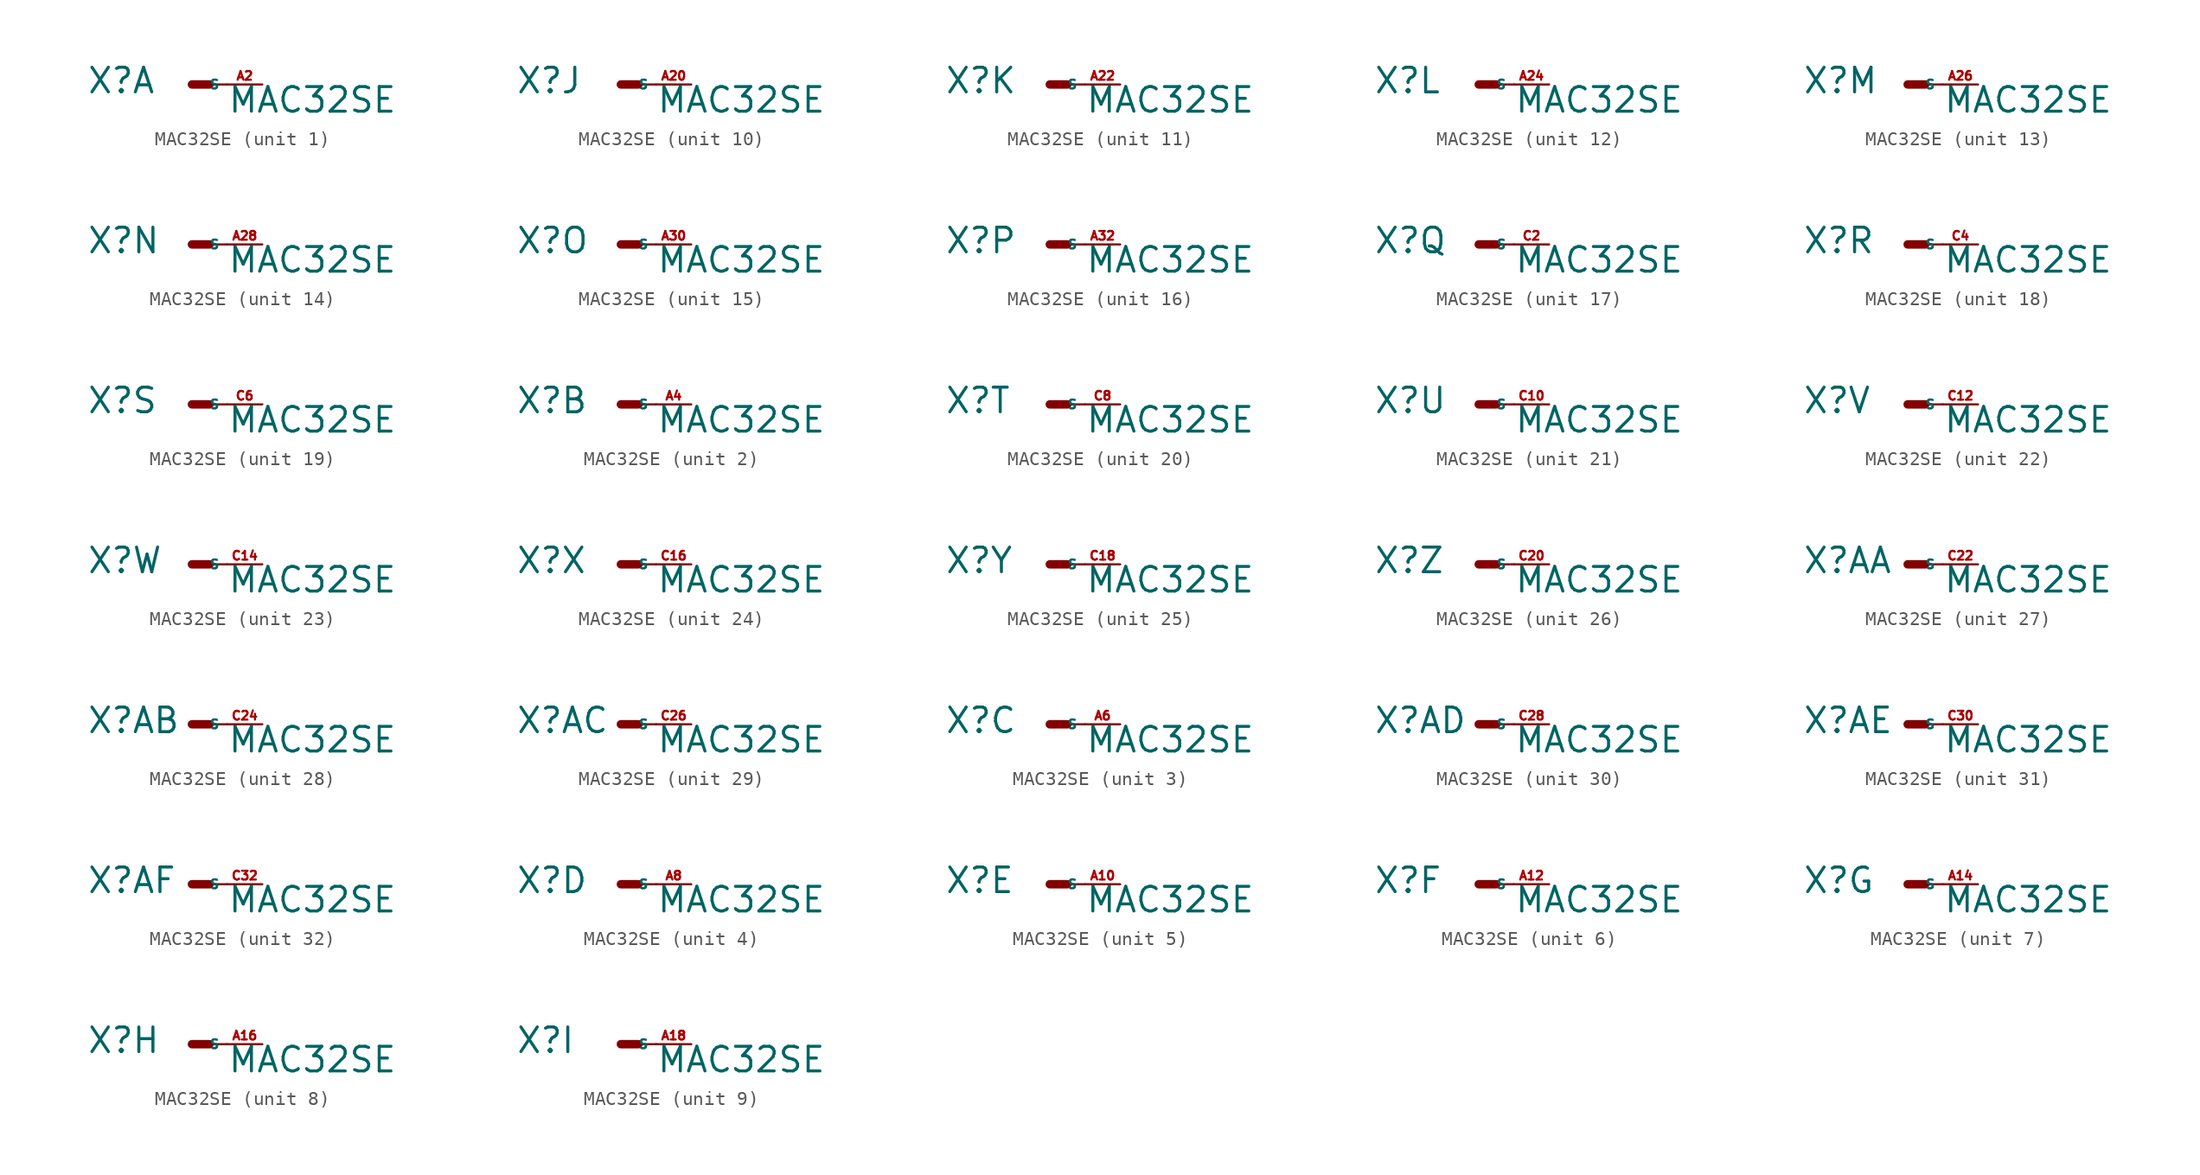
<source format=kicad_sym>
(kicad_symbol_lib
  (version 20220914)
  (generator Eagle2Kicad)
  (symbol "MAC32SE"
    (property "Reference" "X"
      (at -7.62 -0.762 0)
      (effects (font (size 1.778 1.778) (thickness 0.22)) (justify left bottom)))
    (property "Value" "MAC32SE"
      (at 2.54 -2.159 0)
      (effects (font (size 1.778 1.778) (thickness 0.22)) (justify left bottom)))
    (symbol "MAC32SE_1_0"
      (polyline (pts (xy 0 0) (xy 1.27 0)) (stroke (width 0.61) (type default)) (fill (type none)))
      (polyline (pts (xy 2.54 0) (xy 1.27 0)) (stroke (width 0.152) (type default)) (fill (type none)))
      (pin passive line (at 5.08 0 180) (length 2.54) (name "S" (effects (font (size 0.635 0.635) (thickness 0.08)) (justify left bottom))) (number "A2" (effects (font (size 0.635 0.635) (thickness 0.08)) (justify left bottom)))))
    (symbol "MAC32SE_2_0"
      (polyline (pts (xy 0 0) (xy 1.27 0)) (stroke (width 0.61) (type default)) (fill (type none)))
      (polyline (pts (xy 2.54 0) (xy 1.27 0)) (stroke (width 0.152) (type default)) (fill (type none)))
      (pin passive line (at 5.08 0 180) (length 2.54) (name "S" (effects (font (size 0.635 0.635) (thickness 0.08)) (justify left bottom))) (number "A4" (effects (font (size 0.635 0.635) (thickness 0.08)) (justify left bottom)))))
    (symbol "MAC32SE_3_0"
      (polyline (pts (xy 0 0) (xy 1.27 0)) (stroke (width 0.61) (type default)) (fill (type none)))
      (polyline (pts (xy 2.54 0) (xy 1.27 0)) (stroke (width 0.152) (type default)) (fill (type none)))
      (pin passive line (at 5.08 0 180) (length 2.54) (name "S" (effects (font (size 0.635 0.635) (thickness 0.08)) (justify left bottom))) (number "A6" (effects (font (size 0.635 0.635) (thickness 0.08)) (justify left bottom)))))
    (symbol "MAC32SE_4_0"
      (polyline (pts (xy 0 0) (xy 1.27 0)) (stroke (width 0.61) (type default)) (fill (type none)))
      (polyline (pts (xy 2.54 0) (xy 1.27 0)) (stroke (width 0.152) (type default)) (fill (type none)))
      (pin passive line (at 5.08 0 180) (length 2.54) (name "S" (effects (font (size 0.635 0.635) (thickness 0.08)) (justify left bottom))) (number "A8" (effects (font (size 0.635 0.635) (thickness 0.08)) (justify left bottom)))))
    (symbol "MAC32SE_5_0"
      (polyline (pts (xy 0 0) (xy 1.27 0)) (stroke (width 0.61) (type default)) (fill (type none)))
      (polyline (pts (xy 2.54 0) (xy 1.27 0)) (stroke (width 0.152) (type default)) (fill (type none)))
      (pin passive line (at 5.08 0 180) (length 2.54) (name "S" (effects (font (size 0.635 0.635) (thickness 0.08)) (justify left bottom))) (number "A10" (effects (font (size 0.635 0.635) (thickness 0.08)) (justify left bottom)))))
    (symbol "MAC32SE_6_0"
      (polyline (pts (xy 0 0) (xy 1.27 0)) (stroke (width 0.61) (type default)) (fill (type none)))
      (polyline (pts (xy 2.54 0) (xy 1.27 0)) (stroke (width 0.152) (type default)) (fill (type none)))
      (pin passive line (at 5.08 0 180) (length 2.54) (name "S" (effects (font (size 0.635 0.635) (thickness 0.08)) (justify left bottom))) (number "A12" (effects (font (size 0.635 0.635) (thickness 0.08)) (justify left bottom)))))
    (symbol "MAC32SE_7_0"
      (polyline (pts (xy 0 0) (xy 1.27 0)) (stroke (width 0.61) (type default)) (fill (type none)))
      (polyline (pts (xy 2.54 0) (xy 1.27 0)) (stroke (width 0.152) (type default)) (fill (type none)))
      (pin passive line (at 5.08 0 180) (length 2.54) (name "S" (effects (font (size 0.635 0.635) (thickness 0.08)) (justify left bottom))) (number "A14" (effects (font (size 0.635 0.635) (thickness 0.08)) (justify left bottom)))))
    (symbol "MAC32SE_8_0"
      (polyline (pts (xy 0 0) (xy 1.27 0)) (stroke (width 0.61) (type default)) (fill (type none)))
      (polyline (pts (xy 2.54 0) (xy 1.27 0)) (stroke (width 0.152) (type default)) (fill (type none)))
      (pin passive line (at 5.08 0 180) (length 2.54) (name "S" (effects (font (size 0.635 0.635) (thickness 0.08)) (justify left bottom))) (number "A16" (effects (font (size 0.635 0.635) (thickness 0.08)) (justify left bottom)))))
    (symbol "MAC32SE_9_0"
      (polyline (pts (xy 0 0) (xy 1.27 0)) (stroke (width 0.61) (type default)) (fill (type none)))
      (polyline (pts (xy 2.54 0) (xy 1.27 0)) (stroke (width 0.152) (type default)) (fill (type none)))
      (pin passive line (at 5.08 0 180) (length 2.54) (name "S" (effects (font (size 0.635 0.635) (thickness 0.08)) (justify left bottom))) (number "A18" (effects (font (size 0.635 0.635) (thickness 0.08)) (justify left bottom)))))
    (symbol "MAC32SE_10_0"
      (polyline (pts (xy 0 0) (xy 1.27 0)) (stroke (width 0.61) (type default)) (fill (type none)))
      (polyline (pts (xy 2.54 0) (xy 1.27 0)) (stroke (width 0.152) (type default)) (fill (type none)))
      (pin passive line (at 5.08 0 180) (length 2.54) (name "S" (effects (font (size 0.635 0.635) (thickness 0.08)) (justify left bottom))) (number "A20" (effects (font (size 0.635 0.635) (thickness 0.08)) (justify left bottom)))))
    (symbol "MAC32SE_11_0"
      (polyline (pts (xy 0 0) (xy 1.27 0)) (stroke (width 0.61) (type default)) (fill (type none)))
      (polyline (pts (xy 2.54 0) (xy 1.27 0)) (stroke (width 0.152) (type default)) (fill (type none)))
      (pin passive line (at 5.08 0 180) (length 2.54) (name "S" (effects (font (size 0.635 0.635) (thickness 0.08)) (justify left bottom))) (number "A22" (effects (font (size 0.635 0.635) (thickness 0.08)) (justify left bottom)))))
    (symbol "MAC32SE_12_0"
      (polyline (pts (xy 0 0) (xy 1.27 0)) (stroke (width 0.61) (type default)) (fill (type none)))
      (polyline (pts (xy 2.54 0) (xy 1.27 0)) (stroke (width 0.152) (type default)) (fill (type none)))
      (pin passive line (at 5.08 0 180) (length 2.54) (name "S" (effects (font (size 0.635 0.635) (thickness 0.08)) (justify left bottom))) (number "A24" (effects (font (size 0.635 0.635) (thickness 0.08)) (justify left bottom)))))
    (symbol "MAC32SE_13_0"
      (polyline (pts (xy 0 0) (xy 1.27 0)) (stroke (width 0.61) (type default)) (fill (type none)))
      (polyline (pts (xy 2.54 0) (xy 1.27 0)) (stroke (width 0.152) (type default)) (fill (type none)))
      (pin passive line (at 5.08 0 180) (length 2.54) (name "S" (effects (font (size 0.635 0.635) (thickness 0.08)) (justify left bottom))) (number "A26" (effects (font (size 0.635 0.635) (thickness 0.08)) (justify left bottom)))))
    (symbol "MAC32SE_14_0"
      (polyline (pts (xy 0 0) (xy 1.27 0)) (stroke (width 0.61) (type default)) (fill (type none)))
      (polyline (pts (xy 2.54 0) (xy 1.27 0)) (stroke (width 0.152) (type default)) (fill (type none)))
      (pin passive line (at 5.08 0 180) (length 2.54) (name "S" (effects (font (size 0.635 0.635) (thickness 0.08)) (justify left bottom))) (number "A28" (effects (font (size 0.635 0.635) (thickness 0.08)) (justify left bottom)))))
    (symbol "MAC32SE_15_0"
      (polyline (pts (xy 0 0) (xy 1.27 0)) (stroke (width 0.61) (type default)) (fill (type none)))
      (polyline (pts (xy 2.54 0) (xy 1.27 0)) (stroke (width 0.152) (type default)) (fill (type none)))
      (pin passive line (at 5.08 0 180) (length 2.54) (name "S" (effects (font (size 0.635 0.635) (thickness 0.08)) (justify left bottom))) (number "A30" (effects (font (size 0.635 0.635) (thickness 0.08)) (justify left bottom)))))
    (symbol "MAC32SE_16_0"
      (polyline (pts (xy 0 0) (xy 1.27 0)) (stroke (width 0.61) (type default)) (fill (type none)))
      (polyline (pts (xy 2.54 0) (xy 1.27 0)) (stroke (width 0.152) (type default)) (fill (type none)))
      (pin passive line (at 5.08 0 180) (length 2.54) (name "S" (effects (font (size 0.635 0.635) (thickness 0.08)) (justify left bottom))) (number "A32" (effects (font (size 0.635 0.635) (thickness 0.08)) (justify left bottom)))))
    (symbol "MAC32SE_17_0"
      (polyline (pts (xy 0 0) (xy 1.27 0)) (stroke (width 0.61) (type default)) (fill (type none)))
      (polyline (pts (xy 2.54 0) (xy 1.27 0)) (stroke (width 0.152) (type default)) (fill (type none)))
      (pin passive line (at 5.08 0 180) (length 2.54) (name "S" (effects (font (size 0.635 0.635) (thickness 0.08)) (justify left bottom))) (number "C2" (effects (font (size 0.635 0.635) (thickness 0.08)) (justify left bottom)))))
    (symbol "MAC32SE_18_0"
      (polyline (pts (xy 0 0) (xy 1.27 0)) (stroke (width 0.61) (type default)) (fill (type none)))
      (polyline (pts (xy 2.54 0) (xy 1.27 0)) (stroke (width 0.152) (type default)) (fill (type none)))
      (pin passive line (at 5.08 0 180) (length 2.54) (name "S" (effects (font (size 0.635 0.635) (thickness 0.08)) (justify left bottom))) (number "C4" (effects (font (size 0.635 0.635) (thickness 0.08)) (justify left bottom)))))
    (symbol "MAC32SE_19_0"
      (polyline (pts (xy 0 0) (xy 1.27 0)) (stroke (width 0.61) (type default)) (fill (type none)))
      (polyline (pts (xy 2.54 0) (xy 1.27 0)) (stroke (width 0.152) (type default)) (fill (type none)))
      (pin passive line (at 5.08 0 180) (length 2.54) (name "S" (effects (font (size 0.635 0.635) (thickness 0.08)) (justify left bottom))) (number "C6" (effects (font (size 0.635 0.635) (thickness 0.08)) (justify left bottom)))))
    (symbol "MAC32SE_20_0"
      (polyline (pts (xy 0 0) (xy 1.27 0)) (stroke (width 0.61) (type default)) (fill (type none)))
      (polyline (pts (xy 2.54 0) (xy 1.27 0)) (stroke (width 0.152) (type default)) (fill (type none)))
      (pin passive line (at 5.08 0 180) (length 2.54) (name "S" (effects (font (size 0.635 0.635) (thickness 0.08)) (justify left bottom))) (number "C8" (effects (font (size 0.635 0.635) (thickness 0.08)) (justify left bottom)))))
    (symbol "MAC32SE_21_0"
      (polyline (pts (xy 0 0) (xy 1.27 0)) (stroke (width 0.61) (type default)) (fill (type none)))
      (polyline (pts (xy 2.54 0) (xy 1.27 0)) (stroke (width 0.152) (type default)) (fill (type none)))
      (pin passive line (at 5.08 0 180) (length 2.54) (name "S" (effects (font (size 0.635 0.635) (thickness 0.08)) (justify left bottom))) (number "C10" (effects (font (size 0.635 0.635) (thickness 0.08)) (justify left bottom)))))
    (symbol "MAC32SE_22_0"
      (polyline (pts (xy 0 0) (xy 1.27 0)) (stroke (width 0.61) (type default)) (fill (type none)))
      (polyline (pts (xy 2.54 0) (xy 1.27 0)) (stroke (width 0.152) (type default)) (fill (type none)))
      (pin passive line (at 5.08 0 180) (length 2.54) (name "S" (effects (font (size 0.635 0.635) (thickness 0.08)) (justify left bottom))) (number "C12" (effects (font (size 0.635 0.635) (thickness 0.08)) (justify left bottom)))))
    (symbol "MAC32SE_23_0"
      (polyline (pts (xy 0 0) (xy 1.27 0)) (stroke (width 0.61) (type default)) (fill (type none)))
      (polyline (pts (xy 2.54 0) (xy 1.27 0)) (stroke (width 0.152) (type default)) (fill (type none)))
      (pin passive line (at 5.08 0 180) (length 2.54) (name "S" (effects (font (size 0.635 0.635) (thickness 0.08)) (justify left bottom))) (number "C14" (effects (font (size 0.635 0.635) (thickness 0.08)) (justify left bottom)))))
    (symbol "MAC32SE_24_0"
      (polyline (pts (xy 0 0) (xy 1.27 0)) (stroke (width 0.61) (type default)) (fill (type none)))
      (polyline (pts (xy 2.54 0) (xy 1.27 0)) (stroke (width 0.152) (type default)) (fill (type none)))
      (pin passive line (at 5.08 0 180) (length 2.54) (name "S" (effects (font (size 0.635 0.635) (thickness 0.08)) (justify left bottom))) (number "C16" (effects (font (size 0.635 0.635) (thickness 0.08)) (justify left bottom)))))
    (symbol "MAC32SE_25_0"
      (polyline (pts (xy 0 0) (xy 1.27 0)) (stroke (width 0.61) (type default)) (fill (type none)))
      (polyline (pts (xy 2.54 0) (xy 1.27 0)) (stroke (width 0.152) (type default)) (fill (type none)))
      (pin passive line (at 5.08 0 180) (length 2.54) (name "S" (effects (font (size 0.635 0.635) (thickness 0.08)) (justify left bottom))) (number "C18" (effects (font (size 0.635 0.635) (thickness 0.08)) (justify left bottom)))))
    (symbol "MAC32SE_26_0"
      (polyline (pts (xy 0 0) (xy 1.27 0)) (stroke (width 0.61) (type default)) (fill (type none)))
      (polyline (pts (xy 2.54 0) (xy 1.27 0)) (stroke (width 0.152) (type default)) (fill (type none)))
      (pin passive line (at 5.08 0 180) (length 2.54) (name "S" (effects (font (size 0.635 0.635) (thickness 0.08)) (justify left bottom))) (number "C20" (effects (font (size 0.635 0.635) (thickness 0.08)) (justify left bottom)))))
    (symbol "MAC32SE_27_0"
      (polyline (pts (xy 0 0) (xy 1.27 0)) (stroke (width 0.61) (type default)) (fill (type none)))
      (polyline (pts (xy 2.54 0) (xy 1.27 0)) (stroke (width 0.152) (type default)) (fill (type none)))
      (pin passive line (at 5.08 0 180) (length 2.54) (name "S" (effects (font (size 0.635 0.635) (thickness 0.08)) (justify left bottom))) (number "C22" (effects (font (size 0.635 0.635) (thickness 0.08)) (justify left bottom)))))
    (symbol "MAC32SE_28_0"
      (polyline (pts (xy 0 0) (xy 1.27 0)) (stroke (width 0.61) (type default)) (fill (type none)))
      (polyline (pts (xy 2.54 0) (xy 1.27 0)) (stroke (width 0.152) (type default)) (fill (type none)))
      (pin passive line (at 5.08 0 180) (length 2.54) (name "S" (effects (font (size 0.635 0.635) (thickness 0.08)) (justify left bottom))) (number "C24" (effects (font (size 0.635 0.635) (thickness 0.08)) (justify left bottom)))))
    (symbol "MAC32SE_29_0"
      (polyline (pts (xy 0 0) (xy 1.27 0)) (stroke (width 0.61) (type default)) (fill (type none)))
      (polyline (pts (xy 2.54 0) (xy 1.27 0)) (stroke (width 0.152) (type default)) (fill (type none)))
      (pin passive line (at 5.08 0 180) (length 2.54) (name "S" (effects (font (size 0.635 0.635) (thickness 0.08)) (justify left bottom))) (number "C26" (effects (font (size 0.635 0.635) (thickness 0.08)) (justify left bottom)))))
    (symbol "MAC32SE_30_0"
      (polyline (pts (xy 0 0) (xy 1.27 0)) (stroke (width 0.61) (type default)) (fill (type none)))
      (polyline (pts (xy 2.54 0) (xy 1.27 0)) (stroke (width 0.152) (type default)) (fill (type none)))
      (pin passive line (at 5.08 0 180) (length 2.54) (name "S" (effects (font (size 0.635 0.635) (thickness 0.08)) (justify left bottom))) (number "C28" (effects (font (size 0.635 0.635) (thickness 0.08)) (justify left bottom)))))
    (symbol "MAC32SE_31_0"
      (polyline (pts (xy 0 0) (xy 1.27 0)) (stroke (width 0.61) (type default)) (fill (type none)))
      (polyline (pts (xy 2.54 0) (xy 1.27 0)) (stroke (width 0.152) (type default)) (fill (type none)))
      (pin passive line (at 5.08 0 180) (length 2.54) (name "S" (effects (font (size 0.635 0.635) (thickness 0.08)) (justify left bottom))) (number "C30" (effects (font (size 0.635 0.635) (thickness 0.08)) (justify left bottom)))))
    (symbol "MAC32SE_32_0"
      (polyline (pts (xy 0 0) (xy 1.27 0)) (stroke (width 0.61) (type default)) (fill (type none)))
      (polyline (pts (xy 2.54 0) (xy 1.27 0)) (stroke (width 0.152) (type default)) (fill (type none)))
      (pin passive line (at 5.08 0 180) (length 2.54) (name "S" (effects (font (size 0.635 0.635) (thickness 0.08)) (justify left bottom))) (number "C32" (effects (font (size 0.635 0.635) (thickness 0.08)) (justify left bottom)))))))
</source>
